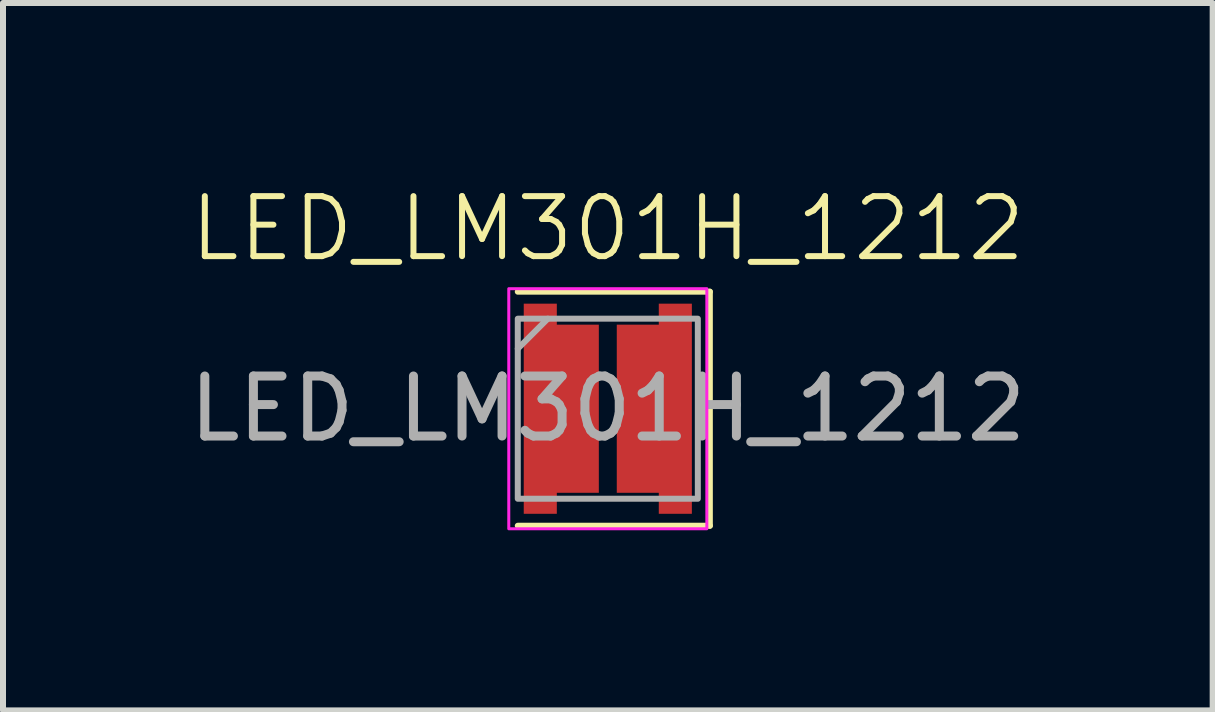
<source format=kicad_pcb>
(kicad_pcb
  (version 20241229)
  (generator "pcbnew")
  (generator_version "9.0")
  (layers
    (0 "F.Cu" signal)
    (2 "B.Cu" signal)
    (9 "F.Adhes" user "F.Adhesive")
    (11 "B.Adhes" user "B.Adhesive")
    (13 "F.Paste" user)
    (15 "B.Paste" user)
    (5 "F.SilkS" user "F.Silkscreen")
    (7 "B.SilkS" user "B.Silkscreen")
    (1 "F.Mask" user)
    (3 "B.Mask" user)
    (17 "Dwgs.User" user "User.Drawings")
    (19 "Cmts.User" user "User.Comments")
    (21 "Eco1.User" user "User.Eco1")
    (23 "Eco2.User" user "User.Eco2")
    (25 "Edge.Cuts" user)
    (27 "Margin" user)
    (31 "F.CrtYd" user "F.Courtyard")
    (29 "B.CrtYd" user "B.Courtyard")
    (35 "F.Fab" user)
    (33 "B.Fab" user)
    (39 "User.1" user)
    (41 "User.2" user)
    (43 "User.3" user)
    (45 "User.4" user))
  (footprint "LED_LM301H_1212"
    (layer "F.Cu")
    (at 7.077 3.76)
    (property "Reference" "LED_LM301H_1212" (at 0 -3 0) (unlocked yes) (layer "F.SilkS") (effects (font (size 1 1) (thickness 0.1))))
    (attr smd)
    (fp_line (start -1.5 -1.95) (end 1.7 -1.95) (stroke (width 0.1) (type solid)) (layer "F.SilkS"))
    (fp_line (start 1.7 -1.95) (end 1.7 1.95) (stroke (width 0.1) (type solid)) (layer "F.SilkS"))
    (fp_line (start 1.7 1.95) (end -1.5 1.95) (stroke (width 0.1) (type solid)) (layer "F.SilkS"))
    (fp_rect (start -1.65 -2) (end 1.65 2) (stroke (width 0.05) (type solid)) (fill no) (layer "F.CrtYd"))
    (fp_line (start -1 -1.5) (end -1.5 -1) (stroke (width 0.1) (type solid)) (layer "F.Fab"))
    (fp_rect (start -1.5 -1.5) (end 1.5 1.5) (stroke (width 0.1) (type solid)) (fill no) (layer "F.Fab"))
    (fp_text user "${REFERENCE}" (at 0 0 0) (unlocked yes) (layer "F.Fab") (effects (font (size 1 1) (thickness 0.15))))
    (pad "1" smd custom (at -0.775 0 90) (size 1 1) (layers "F.Cu" "F.Mask" "F.Paste") (options (anchor circle)) (primitives (gr_rect (start -1.75 -0.625) (end 1.75 -0.075) (width 0.001) (fill yes)) (gr_rect (start -1.4 -0.075) (end 1.4 0.625) (width 0.001) (fill yes))))
    (pad "2" smd custom (at 0.775 0 270) (size 1 1) (layers "F.Cu" "F.Mask" "F.Paste") (options (anchor circle)) (primitives (gr_rect (start -1.75 -0.625) (end 1.75 -0.075) (width 0.001) (fill yes)) (gr_rect (start -1.4 -0.075) (end 1.4 0.625) (width 0.001) (fill yes)))))
  (gr_rect
    (start -3 -3)
    (end 17.155 8.786)
    (stroke (width 0.1) (type default))
    (fill no)
    (layer "Edge.Cuts")))
</source>
